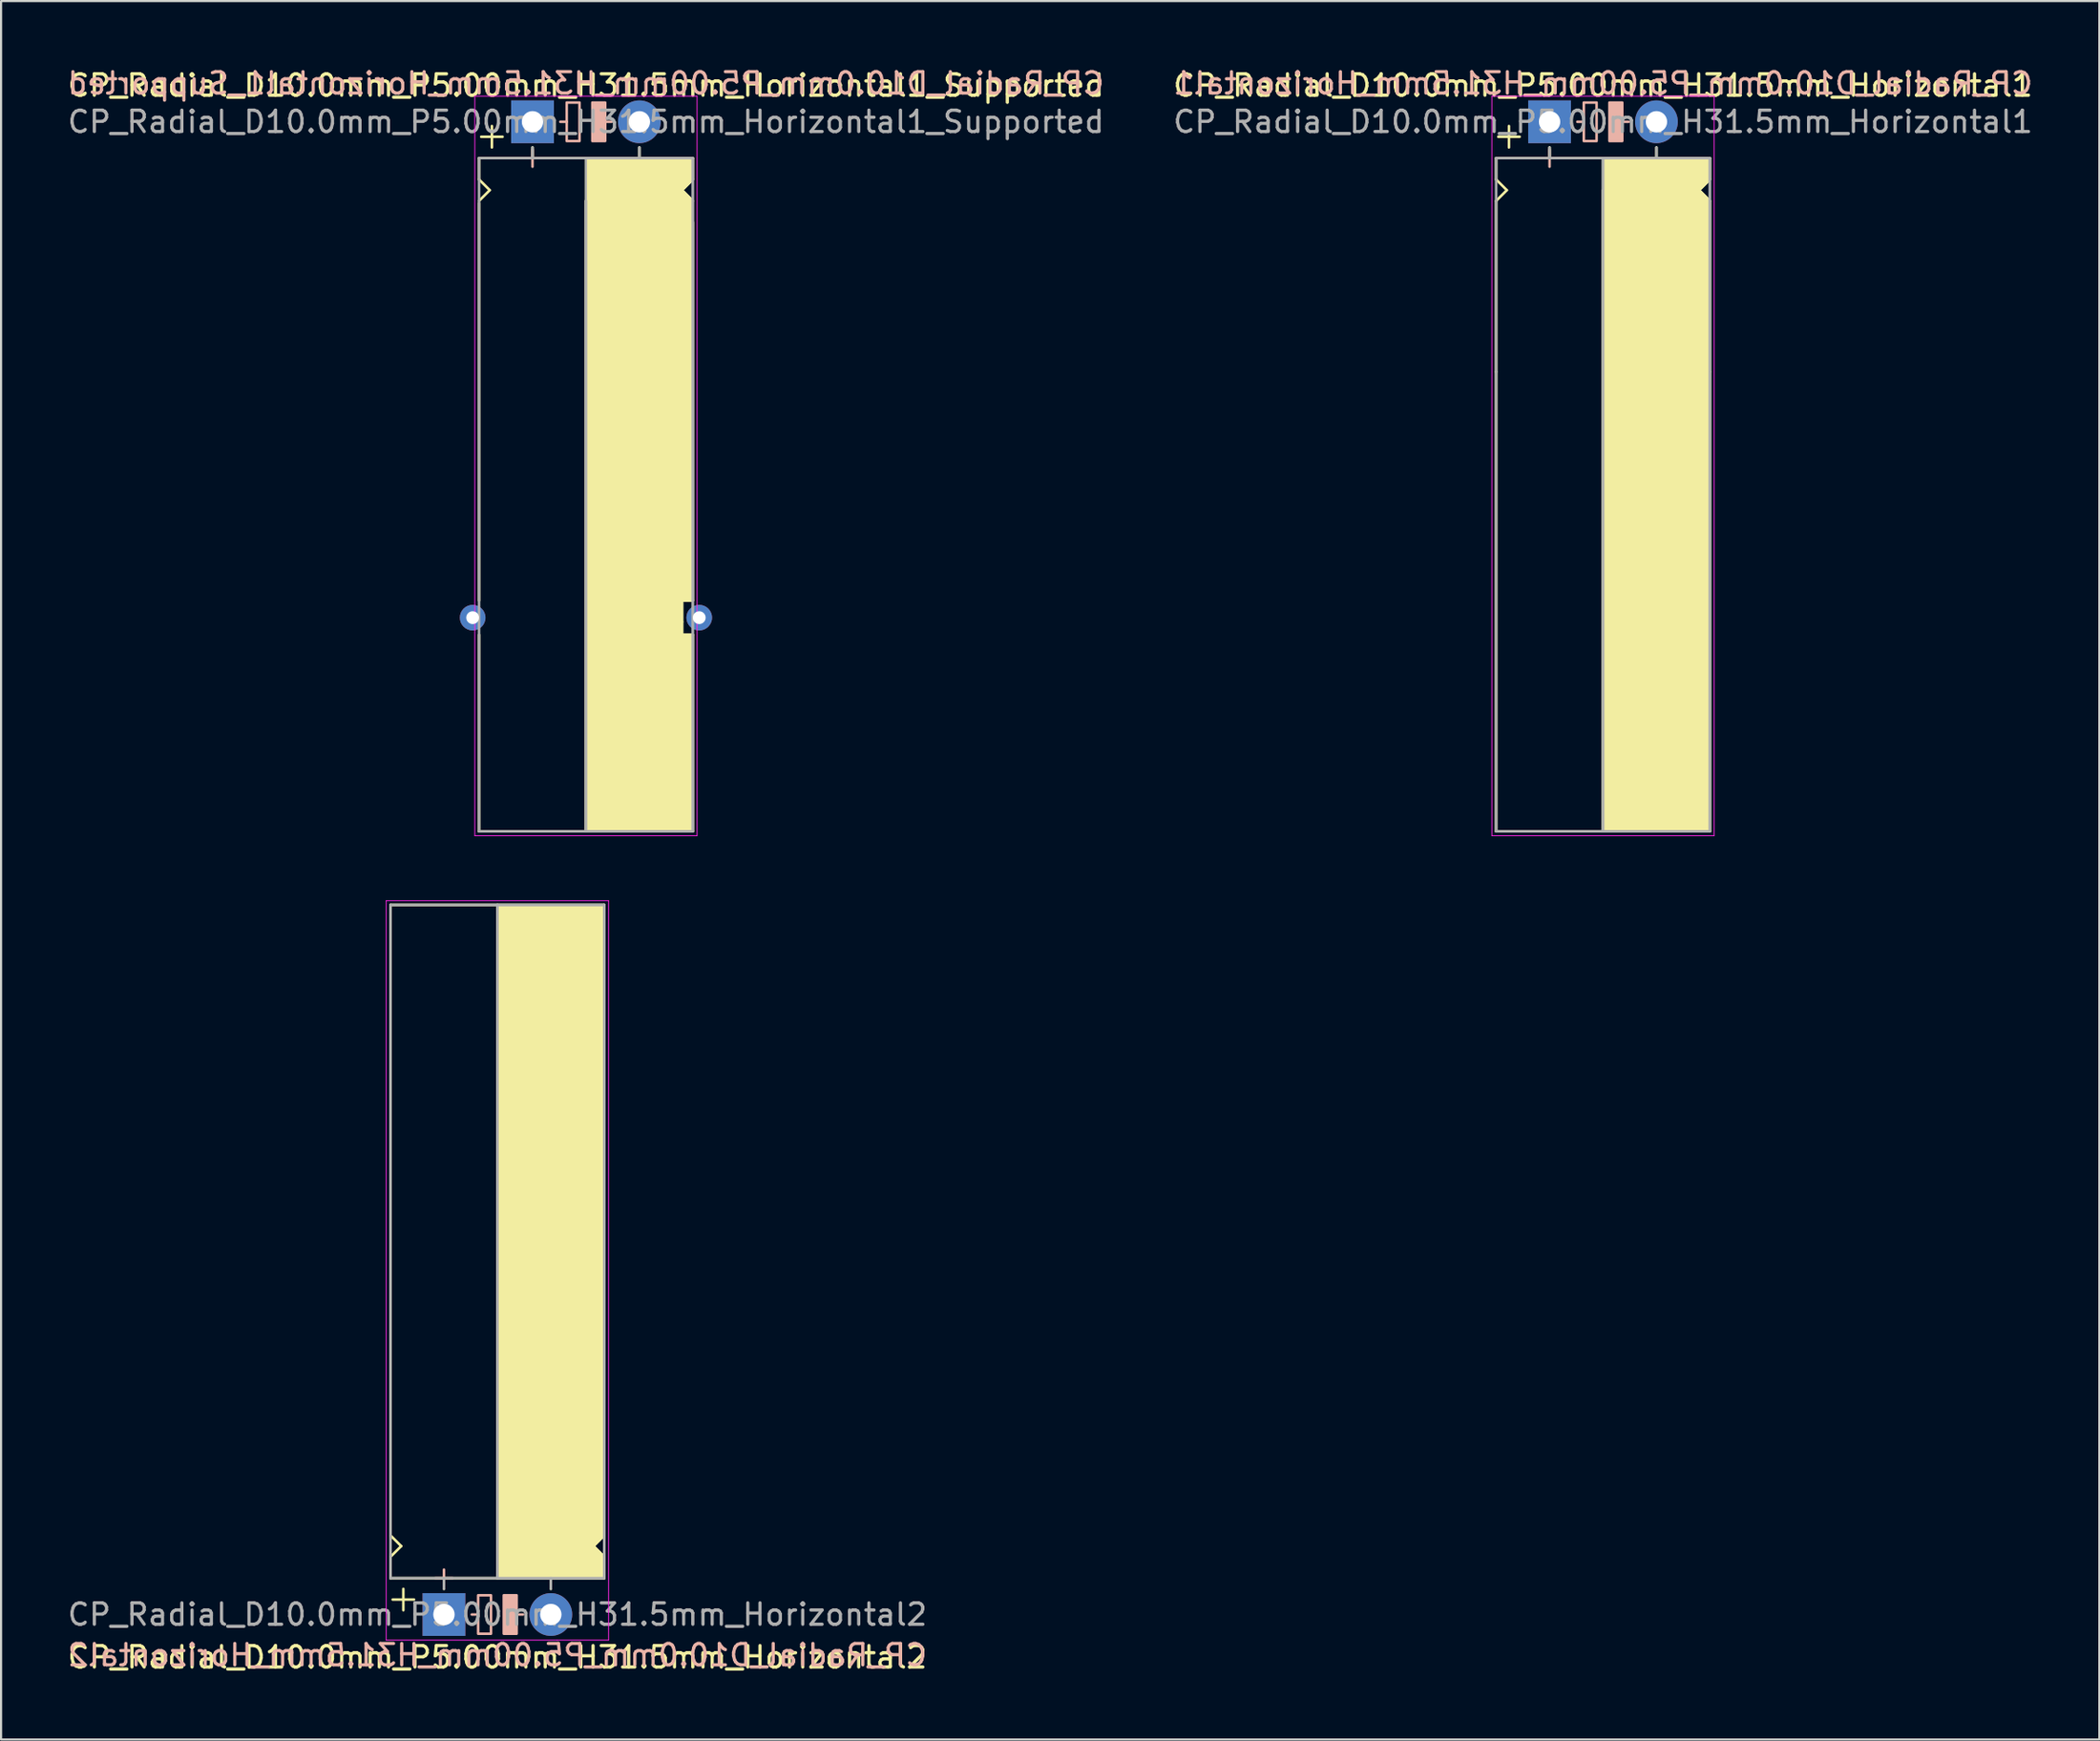
<source format=kicad_pcb>
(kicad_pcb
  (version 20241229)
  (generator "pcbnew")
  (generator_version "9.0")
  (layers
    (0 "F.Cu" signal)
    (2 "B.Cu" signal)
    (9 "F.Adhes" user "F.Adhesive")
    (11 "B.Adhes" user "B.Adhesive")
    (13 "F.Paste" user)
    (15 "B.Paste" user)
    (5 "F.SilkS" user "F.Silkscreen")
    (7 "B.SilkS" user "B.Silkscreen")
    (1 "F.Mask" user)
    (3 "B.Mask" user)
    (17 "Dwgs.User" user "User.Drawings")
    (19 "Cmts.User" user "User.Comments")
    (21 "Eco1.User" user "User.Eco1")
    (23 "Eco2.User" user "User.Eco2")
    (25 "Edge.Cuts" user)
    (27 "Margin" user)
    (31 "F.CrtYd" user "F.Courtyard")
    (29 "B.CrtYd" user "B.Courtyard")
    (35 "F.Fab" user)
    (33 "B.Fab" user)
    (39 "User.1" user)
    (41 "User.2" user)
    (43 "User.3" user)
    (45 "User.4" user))
  (footprint "CP_Radial_D10.0mm_P5.00mm_H31.5mm_Horizontal1_Supported"
    (layer "F.Cu")
    (at 21.863 2.648)
    (property "Reference" "CP_Radial_D10.0mm_P5.00mm_H31.5mm_Horizontal1_Supported" (at 2.5 -1.7 0) (layer "F.SilkS") (effects (font (size 1 1) (thickness 0.15))))
    (fp_line (start -2.5 1.7) (end -2.5 2.7) (stroke (width 0.12) (type solid)) (layer "F.SilkS"))
    (fp_line (start -2.5 2.7) (end -2 3.2) (stroke (width 0.12) (type solid)) (layer "F.SilkS"))
    (fp_line (start -2.5 3.8) (end -2.5 22.4) (stroke (width 0.12) (type solid)) (layer "F.SilkS"))
    (fp_line (start -2.5 24) (end -2.5 33.2) (stroke (width 0.12) (type solid)) (layer "F.SilkS"))
    (fp_line (start -2.5 33.2) (end 7.5 33.2) (stroke (width 0.12) (type solid)) (layer "F.SilkS"))
    (fp_line (start -2 3.2) (end -2.5 3.7) (stroke (width 0.12) (type solid)) (layer "F.SilkS"))
    (fp_line (start -1.9 0.2) (end -1.9 1.2) (stroke (width 0.12) (type solid)) (layer "F.SilkS"))
    (fp_line (start -1.4 0.7) (end -2.4 0.7) (stroke (width 0.12) (type solid)) (layer "F.SilkS"))
    (fp_line (start 0 1.7) (end 0 1.2) (stroke (width 0.12) (type solid)) (layer "F.SilkS"))
    (fp_line (start 2.5 1.7) (end -2.5 1.7) (stroke (width 0.12) (type solid)) (layer "F.SilkS"))
    (fp_line (start 2.5 33.2) (end 2.5 3.7) (stroke (width 0.12) (type solid)) (layer "F.SilkS"))
    (fp_line (start 5 1.7) (end 5 1.2) (stroke (width 0.12) (type solid)) (layer "F.SilkS"))
    (fp_line (start 7 3.2) (end 7.5 3.7) (stroke (width 0.12) (type solid)) (layer "F.SilkS"))
    (fp_line (start 7 22.4) (end 7.5 22.4) (stroke (width 0.12) (type solid)) (layer "F.SilkS"))
    (fp_line (start 7 23.4) (end 7 22.4) (stroke (width 0.12) (type solid)) (layer "F.SilkS"))
    (fp_line (start 7 24) (end 7 23.4) (stroke (width 0.12) (type solid)) (layer "F.SilkS"))
    (fp_line (start 7.5 1.7) (end 2.5 1.7) (stroke (width 0.12) (type solid)) (layer "F.SilkS"))
    (fp_line (start 7.5 1.7) (end 7.5 2.7) (stroke (width 0.12) (type solid)) (layer "F.SilkS"))
    (fp_line (start 7.5 2.7) (end 7 3.2) (stroke (width 0.12) (type solid)) (layer "F.SilkS"))
    (fp_line (start 7.5 4.7) (end 7.5 22.4) (stroke (width 0.12) (type solid)) (layer "F.SilkS"))
    (fp_line (start 7.5 24) (end 7 24) (stroke (width 0.12) (type solid)) (layer "F.SilkS"))
    (fp_line (start 7.5 24) (end 7.5 33.2) (stroke (width 0.12) (type solid)) (layer "F.SilkS"))
    (fp_poly (pts (xy 7.5 2.7) (xy 7 3.2) (xy 7.5 3.7) (xy 7.5 22.4) (xy 7 22.4) (xy 7 24) (xy 7.5 24) (xy 7.5 33.2) (xy 2.5 33.2) (xy 2.5 1.7) (xy 7.5 1.7)) (stroke (width 0.1) (type solid)) (fill yes) (layer "F.SilkS"))
    (fp_line (start 0 1.3) (end 0 2.1) (stroke (width 0.12) (type solid)) (layer "B.SilkS"))
    (fp_line (start 0.4 1.7) (end -0.4 1.7) (stroke (width 0.12) (type solid)) (layer "B.SilkS"))
    (fp_line (start 1.6 0) (end 1.3 0) (stroke (width 0.12) (type solid)) (layer "B.SilkS"))
    (fp_line (start 3.7 0) (end 3.4 0) (stroke (width 0.12) (type solid)) (layer "B.SilkS"))
    (fp_rect (start 2.2 -0.9) (end 1.6 0.9) (stroke (width 0.12) (type solid)) (fill no) (layer "B.SilkS"))
    (fp_rect (start 3.4 -0.9) (end 2.8 0.9) (stroke (width 0.12) (type solid)) (fill yes) (layer "B.SilkS"))
    (fp_line (start -2.7 -1.2) (end 5.3 -1.2) (stroke (width 0.04) (type solid)) (layer "F.CrtYd"))
    (fp_line (start -2.7 33.4) (end -2.7 -1.2) (stroke (width 0.04) (type solid)) (layer "F.CrtYd"))
    (fp_line (start 5.3 -1.2) (end 7.7 -1.2) (stroke (width 0.04) (type solid)) (layer "F.CrtYd"))
    (fp_line (start 7.7 -1.2) (end 7.7 33.4) (stroke (width 0.04) (type solid)) (layer "F.CrtYd"))
    (fp_line (start 7.7 33.4) (end -2.7 33.4) (stroke (width 0.04) (type solid)) (layer "F.CrtYd"))
    (fp_line (start -2.5 1.7) (end -2.5 33.2) (stroke (width 0.12) (type solid)) (layer "F.Fab"))
    (fp_line (start -2.5 33.2) (end 7.5 33.2) (stroke (width 0.12) (type solid)) (layer "F.Fab"))
    (fp_line (start 0 1.7) (end 0 1.2) (stroke (width 0.12) (type solid)) (layer "F.Fab"))
    (fp_line (start 2.5 3.7) (end 2.5 33.2) (stroke (width 0.12) (type solid)) (layer "F.Fab"))
    (fp_line (start 5 1.7) (end 5 1.2) (stroke (width 0.12) (type solid)) (layer "F.Fab"))
    (fp_line (start 7.5 1.7) (end -2.5 1.7) (stroke (width 0.12) (type solid)) (layer "F.Fab"))
    (fp_line (start 7.5 33.2) (end 7.5 1.7) (stroke (width 0.12) (type solid)) (layer "F.Fab"))
    (fp_poly (pts (xy 7.5 33.2) (xy 2.5 33.2) (xy 2.5 1.7) (xy 7.5 1.7)) (stroke (width 0.1) (type solid)) (fill no) (layer "F.Fab"))
    (fp_text user "${REFERENCE}" (at 2.5 -1.8 0) (layer "B.SilkS") (effects (font (size 1 1) (thickness 0.15)) (justify mirror)))
    (fp_text user "${REFERENCE}" (at 2.5 0 0) (layer "F.Fab") (effects (font (size 1 1) (thickness 0.15))))
    (pad "1" thru_hole rect (at 0 0) (size 2 2) (drill 1) (layers "*.Cu" "*.Mask"))
    (pad "2" thru_hole circle (at 5 0) (size 2 2) (drill 1) (layers "*.Cu" "*.Mask"))
    (pad "~" thru_hole circle (at -2.8 23.2) (size 1.2 1.2) (drill 0.6) (layers "*.Cu" "*.Mask"))
    (pad "~" thru_hole circle (at 7.8 23.2) (size 1.2 1.2) (drill 0.6) (layers "*.Cu" "*.Mask")))
  (footprint "CP_Radial_D10.0mm_P5.00mm_H31.5mm_Horizontal2"
    (layer "F.Cu")
    (at 17.72 72.488)
    (property "Reference" "CP_Radial_D10.0mm_P5.00mm_H31.5mm_Horizontal2" (at 2.5 2 0) (layer "F.SilkS") (effects (font (size 1 1) (thickness 0.15))))
    (fp_line (start -2.5 -33.2) (end 7.5 -33.2) (stroke (width 0.12) (type solid)) (layer "F.SilkS"))
    (fp_line (start -2.5 -11.7) (end -2.5 -33.2) (stroke (width 0.12) (type solid)) (layer "F.SilkS"))
    (fp_line (start -2.5 -3.7) (end -2.5 -11.7) (stroke (width 0.12) (type solid)) (layer "F.SilkS"))
    (fp_line (start -2.5 -2.7) (end -2 -3.2) (stroke (width 0.12) (type solid)) (layer "F.SilkS"))
    (fp_line (start -2.5 -1.7) (end -2.5 -2.7) (stroke (width 0.12) (type solid)) (layer "F.SilkS"))
    (fp_line (start -2 -3.2) (end -2.5 -3.7) (stroke (width 0.12) (type solid)) (layer "F.SilkS"))
    (fp_line (start -1.9 -1.2) (end -1.9 -0.2) (stroke (width 0.12) (type solid)) (layer "F.SilkS"))
    (fp_line (start -1.4 -0.7) (end -2.4 -0.7) (stroke (width 0.12) (type solid)) (layer "F.SilkS"))
    (fp_line (start 0 -1.7) (end 0 -1.2) (stroke (width 0.12) (type solid)) (layer "F.SilkS"))
    (fp_line (start 2.5 -33.2) (end 2.5 -3.2) (stroke (width 0.12) (type solid)) (layer "F.SilkS"))
    (fp_line (start 2.5 -1.7) (end -2.5 -1.7) (stroke (width 0.12) (type solid)) (layer "F.SilkS"))
    (fp_line (start 5 -1.7) (end 5 -1.2) (stroke (width 0.12) (type solid)) (layer "F.SilkS"))
    (fp_line (start 7 -3.2) (end 7.5 -3.7) (stroke (width 0.12) (type solid)) (layer "F.SilkS"))
    (fp_line (start 7.5 -11.7) (end 7.5 -33.2) (stroke (width 0.12) (type solid)) (layer "F.SilkS"))
    (fp_line (start 7.5 -3.7) (end 7.5 -11.7) (stroke (width 0.12) (type solid)) (layer "F.SilkS"))
    (fp_line (start 7.5 -2.7) (end 7 -3.2) (stroke (width 0.12) (type solid)) (layer "F.SilkS"))
    (fp_line (start 7.5 -1.7) (end 2.5 -1.7) (stroke (width 0.12) (type solid)) (layer "F.SilkS"))
    (fp_line (start 7.5 -1.7) (end 7.5 -2.7) (stroke (width 0.12) (type solid)) (layer "F.SilkS"))
    (fp_poly (pts (xy 7.5 -2.7) (xy 7 -3.2) (xy 7.5 -3.7) (xy 7.5 -33.2) (xy 2.5 -33.2) (xy 2.5 -1.7) (xy 7.5 -1.7)) (stroke (width 0.1) (type solid)) (fill yes) (layer "F.SilkS"))
    (fp_line (start 0 -2.1) (end 0 -1.3) (stroke (width 0.12) (type solid)) (layer "B.SilkS"))
    (fp_line (start 0.4 -1.7) (end -0.4 -1.7) (stroke (width 0.12) (type solid)) (layer "B.SilkS"))
    (fp_line (start 1.6 0) (end 1.3 0) (stroke (width 0.12) (type solid)) (layer "B.SilkS"))
    (fp_line (start 3.7 0) (end 3.4 0) (stroke (width 0.12) (type solid)) (layer "B.SilkS"))
    (fp_rect (start 2.2 -0.9) (end 1.6 0.9) (stroke (width 0.12) (type solid)) (fill no) (layer "B.SilkS"))
    (fp_rect (start 3.4 -0.9) (end 2.8 0.9) (stroke (width 0.12) (type solid)) (fill yes) (layer "B.SilkS"))
    (fp_line (start -2.7 -33.4) (end -2.7 1.2) (stroke (width 0.04) (type solid)) (layer "F.CrtYd"))
    (fp_line (start -2.7 1.2) (end 5.3 1.2) (stroke (width 0.04) (type solid)) (layer "F.CrtYd"))
    (fp_line (start 5.3 1.2) (end 7.7 1.2) (stroke (width 0.04) (type solid)) (layer "F.CrtYd"))
    (fp_line (start 7.7 -33.4) (end -2.7 -33.4) (stroke (width 0.04) (type solid)) (layer "F.CrtYd"))
    (fp_line (start 7.7 1.2) (end 7.7 -33.4) (stroke (width 0.04) (type solid)) (layer "F.CrtYd"))
    (fp_line (start -2.5 -33.2) (end 7.5 -33.2) (stroke (width 0.12) (type solid)) (layer "F.Fab"))
    (fp_line (start -2.5 -1.7) (end -2.5 -33.2) (stroke (width 0.12) (type solid)) (layer "F.Fab"))
    (fp_line (start 0 -1.7) (end 0 -1.2) (stroke (width 0.12) (type solid)) (layer "F.Fab"))
    (fp_line (start 2.5 -1.7) (end 2.5 -33.2) (stroke (width 0.12) (type solid)) (layer "F.Fab"))
    (fp_line (start 5 -1.7) (end 5 -1.2) (stroke (width 0.12) (type solid)) (layer "F.Fab"))
    (fp_line (start 7.5 -33.2) (end 7.5 -1.7) (stroke (width 0.12) (type solid)) (layer "F.Fab"))
    (fp_line (start 7.5 -1.7) (end -2.5 -1.7) (stroke (width 0.12) (type solid)) (layer "F.Fab"))
    (fp_poly (pts (xy 7.5 -33.2) (xy 2.5 -33.2) (xy 2.5 -1.7) (xy 7.5 -1.7)) (stroke (width 0.1) (type solid)) (fill no) (layer "F.Fab"))
    (fp_text user "${REFERENCE}" (at 2.5 1.9 0) (layer "B.SilkS") (effects (font (size 1 1) (thickness 0.15)) (justify mirror)))
    (fp_text user "${REFERENCE}" (at 2.5 0 0) (layer "F.Fab") (effects (font (size 1 1) (thickness 0.15))))
    (pad "1" thru_hole rect (at 0 0) (size 2 2) (drill 1) (layers "*.Cu" "*.Mask"))
    (pad "2" thru_hole circle (at 5 0) (size 2 2) (drill 1) (layers "*.Cu" "*.Mask")))
  (footprint "CP_Radial_D10.0mm_P5.00mm_H31.5mm_Horizontal1"
    (layer "F.Cu")
    (at 69.446 2.648)
    (property "Reference" "CP_Radial_D10.0mm_P5.00mm_H31.5mm_Horizontal1" (at 2.5 -1.7 0) (layer "F.SilkS") (effects (font (size 1 1) (thickness 0.15))))
    (fp_line (start -2.5 1.7) (end -2.5 2.7) (stroke (width 0.12) (type solid)) (layer "F.SilkS"))
    (fp_line (start -2.5 2.7) (end -2 3.2) (stroke (width 0.12) (type solid)) (layer "F.SilkS"))
    (fp_line (start -2.5 3.7) (end -2.5 11.7) (stroke (width 0.12) (type solid)) (layer "F.SilkS"))
    (fp_line (start -2.5 11.7) (end -2.5 33.2) (stroke (width 0.12) (type solid)) (layer "F.SilkS"))
    (fp_line (start -2.5 33.2) (end 7.5 33.2) (stroke (width 0.12) (type solid)) (layer "F.SilkS"))
    (fp_line (start -2 3.2) (end -2.5 3.7) (stroke (width 0.12) (type solid)) (layer "F.SilkS"))
    (fp_line (start -1.9 0.2) (end -1.9 1.2) (stroke (width 0.12) (type solid)) (layer "F.SilkS"))
    (fp_line (start -1.4 0.7) (end -2.4 0.7) (stroke (width 0.12) (type solid)) (layer "F.SilkS"))
    (fp_line (start 0 1.7) (end 0 1.2) (stroke (width 0.12) (type solid)) (layer "F.SilkS"))
    (fp_line (start 2.5 1.7) (end -2.5 1.7) (stroke (width 0.12) (type solid)) (layer "F.SilkS"))
    (fp_line (start 2.5 33.2) (end 2.5 3.2) (stroke (width 0.12) (type solid)) (layer "F.SilkS"))
    (fp_line (start 5 1.7) (end 5 1.2) (stroke (width 0.12) (type solid)) (layer "F.SilkS"))
    (fp_line (start 7 3.2) (end 7.5 3.7) (stroke (width 0.12) (type solid)) (layer "F.SilkS"))
    (fp_line (start 7.5 1.7) (end 2.5 1.7) (stroke (width 0.12) (type solid)) (layer "F.SilkS"))
    (fp_line (start 7.5 1.7) (end 7.5 2.7) (stroke (width 0.12) (type solid)) (layer "F.SilkS"))
    (fp_line (start 7.5 2.7) (end 7 3.2) (stroke (width 0.12) (type solid)) (layer "F.SilkS"))
    (fp_line (start 7.5 3.7) (end 7.5 11.7) (stroke (width 0.12) (type solid)) (layer "F.SilkS"))
    (fp_line (start 7.5 11.7) (end 7.5 33.2) (stroke (width 0.12) (type solid)) (layer "F.SilkS"))
    (fp_poly (pts (xy 7.5 2.7) (xy 7 3.2) (xy 7.5 3.7) (xy 7.5 33.2) (xy 2.5 33.2) (xy 2.5 1.7) (xy 7.5 1.7)) (stroke (width 0.1) (type solid)) (fill yes) (layer "F.SilkS"))
    (fp_line (start 0 1.3) (end 0 2.1) (stroke (width 0.12) (type solid)) (layer "B.SilkS"))
    (fp_line (start 0.4 1.7) (end -0.4 1.7) (stroke (width 0.12) (type solid)) (layer "B.SilkS"))
    (fp_line (start 1.6 0) (end 1.3 0) (stroke (width 0.12) (type solid)) (layer "B.SilkS"))
    (fp_line (start 3.7 0) (end 3.4 0) (stroke (width 0.12) (type solid)) (layer "B.SilkS"))
    (fp_rect (start 2.2 -0.9) (end 1.6 0.9) (stroke (width 0.12) (type solid)) (fill no) (layer "B.SilkS"))
    (fp_rect (start 3.4 -0.9) (end 2.8 0.9) (stroke (width 0.12) (type solid)) (fill yes) (layer "B.SilkS"))
    (fp_line (start -2.7 -1.2) (end 5.3 -1.2) (stroke (width 0.04) (type solid)) (layer "F.CrtYd"))
    (fp_line (start -2.7 33.4) (end -2.7 -1.2) (stroke (width 0.04) (type solid)) (layer "F.CrtYd"))
    (fp_line (start 5.3 -1.2) (end 7.7 -1.2) (stroke (width 0.04) (type solid)) (layer "F.CrtYd"))
    (fp_line (start 7.7 -1.2) (end 7.7 33.4) (stroke (width 0.04) (type solid)) (layer "F.CrtYd"))
    (fp_line (start 7.7 33.4) (end -2.7 33.4) (stroke (width 0.04) (type solid)) (layer "F.CrtYd"))
    (fp_line (start -2.5 1.7) (end -2.5 33.2) (stroke (width 0.12) (type solid)) (layer "F.Fab"))
    (fp_line (start -2.5 33.2) (end 7.5 33.2) (stroke (width 0.12) (type solid)) (layer "F.Fab"))
    (fp_line (start 0 1.7) (end 0 1.2) (stroke (width 0.12) (type solid)) (layer "F.Fab"))
    (fp_line (start 2.5 1.7) (end 2.5 33.2) (stroke (width 0.12) (type solid)) (layer "F.Fab"))
    (fp_line (start 5 1.7) (end 5 1.2) (stroke (width 0.12) (type solid)) (layer "F.Fab"))
    (fp_line (start 7.5 1.7) (end -2.5 1.7) (stroke (width 0.12) (type solid)) (layer "F.Fab"))
    (fp_line (start 7.5 33.2) (end 7.5 1.7) (stroke (width 0.12) (type solid)) (layer "F.Fab"))
    (fp_poly (pts (xy 7.5 33.2) (xy 2.5 33.2) (xy 2.5 1.7) (xy 7.5 1.7)) (stroke (width 0.1) (type solid)) (fill no) (layer "F.Fab"))
    (fp_text user "${REFERENCE}" (at 2.5 -1.8 0) (layer "B.SilkS") (effects (font (size 1 1) (thickness 0.15)) (justify mirror)))
    (fp_text user "${REFERENCE}" (at 2.5 0 0) (layer "F.Fab") (effects (font (size 1 1) (thickness 0.15))))
    (pad "1" thru_hole rect (at 0 0) (size 2 2) (drill 1) (layers "*.Cu" "*.Mask"))
    (pad "2" thru_hole circle (at 5 0) (size 2 2) (drill 1) (layers "*.Cu" "*.Mask")))
  (gr_rect
    (start -3 -3)
    (end 95.167 78.337)
    (stroke (width 0.1) (type default))
    (fill no)
    (layer "Edge.Cuts")))
</source>
